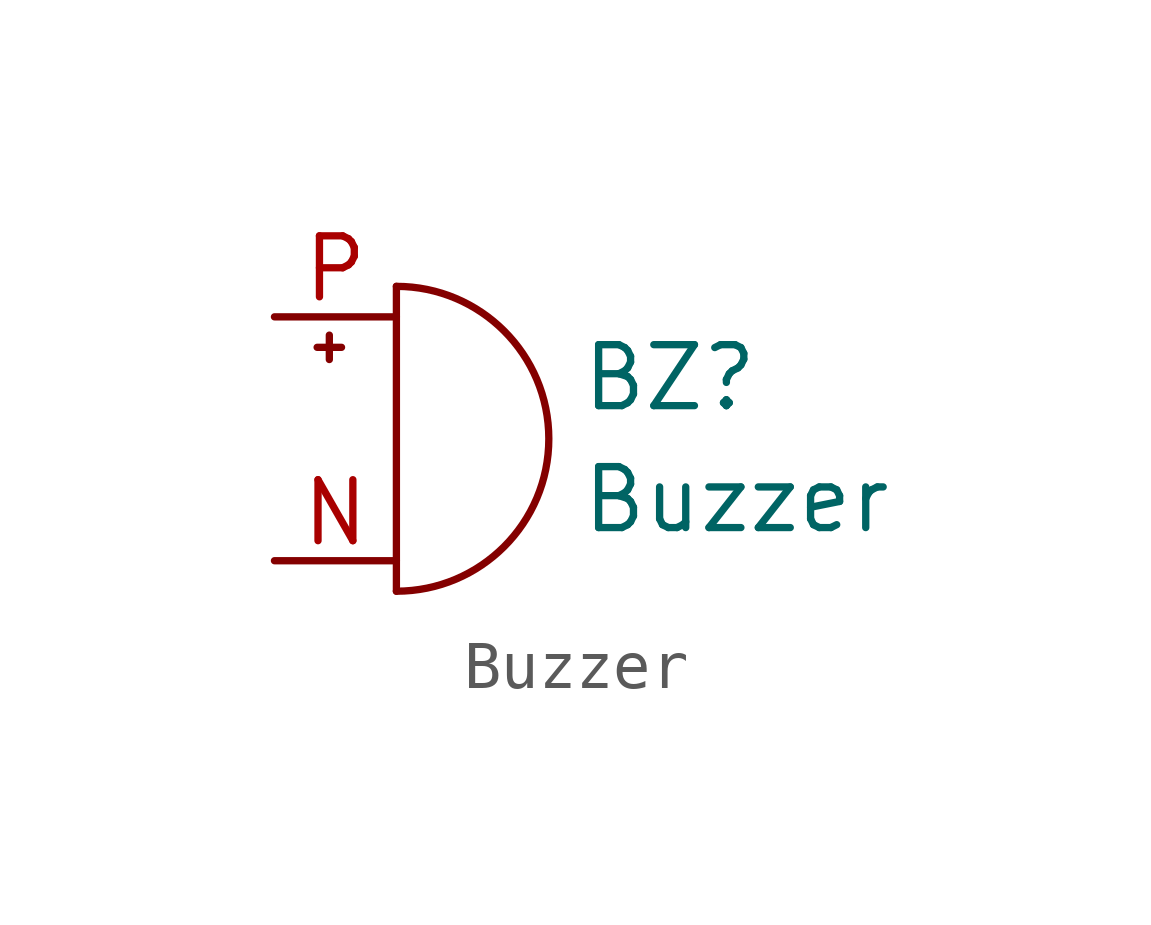
<source format=kicad_sym>
(kicad_symbol_lib
  (version 20241209)
  (generator "kicad_symbol_editor")
  (generator_version "9.0")
  (symbol "Buzzer"
    (pin_names
      (offset 0.025)
      (hide yes))
    (property "Reference" "BZ"
      (at 3.81 1.27 0)
      (effects (font (size 1.27 1.27)) (justify left)))
    (property "Value" "Buzzer"
      (at 3.81 -1.27 0)
      (effects (font (size 1.27 1.27)) (justify left)))
    (symbol "Buzzer_0_1"
      (polyline (pts (xy -1.651 1.905) (xy -1.143 1.905)) (stroke (width 0) (type default)) (fill (type none)))
      (polyline (pts (xy -1.397 2.159) (xy -1.397 1.651)) (stroke (width 0) (type default)) (fill (type none)))
      (arc (start 0 3.175) (mid 3.1612 0) (end 0 -3.175) (stroke (width 0) (type default)) (fill (type none)))
      (polyline (pts (xy 0 3.175) (xy 0 -3.175)) (stroke (width 0) (type default)) (fill (type none))))
    (symbol "Buzzer_1_1"
      (pin passive line (at -2.54 2.54 0) (length 2.54) (name "+" (effects (font (size 1.27 1.27)))) (number "P" (effects (font (size 1.27 1.27)))))
      (pin passive line (at -2.54 -2.54 0) (length 2.54) (name "-" (effects (font (size 1.27 1.27)))) (number "N" (effects (font (size 1.27 1.27))))))))
</source>
